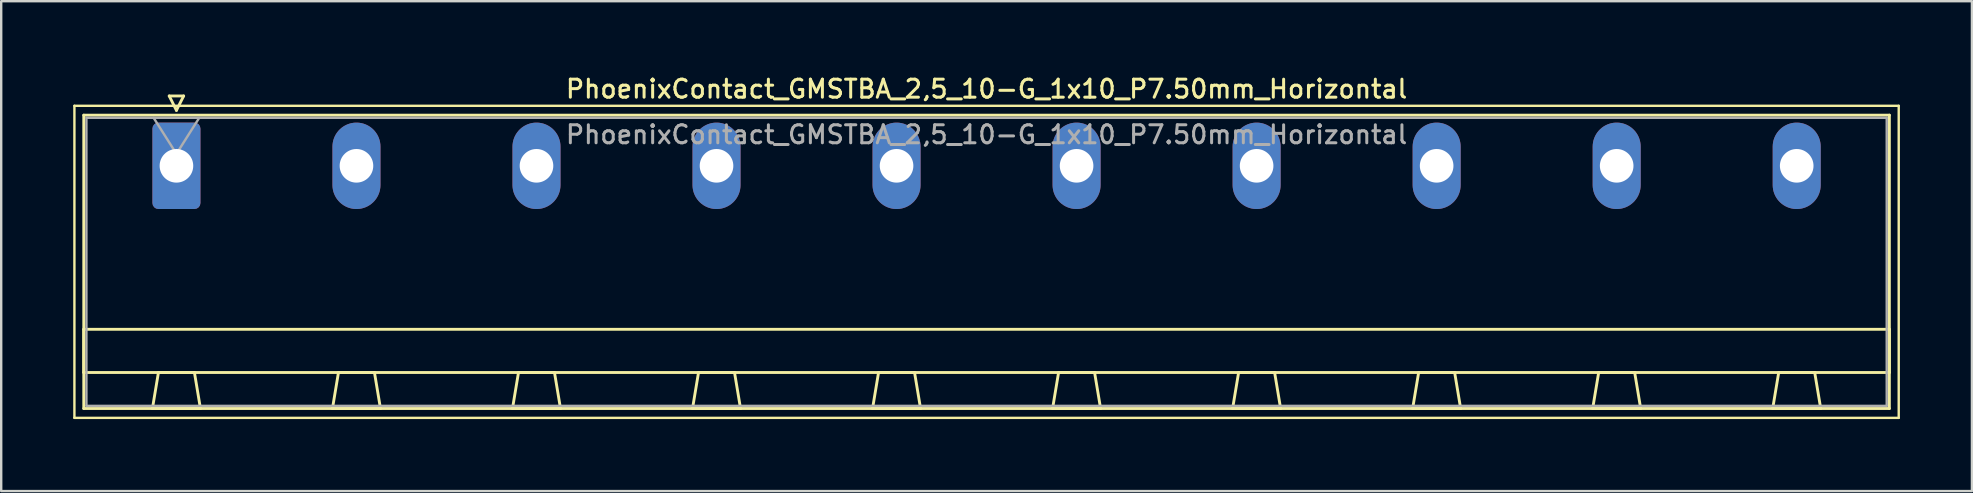
<source format=kicad_pcb>
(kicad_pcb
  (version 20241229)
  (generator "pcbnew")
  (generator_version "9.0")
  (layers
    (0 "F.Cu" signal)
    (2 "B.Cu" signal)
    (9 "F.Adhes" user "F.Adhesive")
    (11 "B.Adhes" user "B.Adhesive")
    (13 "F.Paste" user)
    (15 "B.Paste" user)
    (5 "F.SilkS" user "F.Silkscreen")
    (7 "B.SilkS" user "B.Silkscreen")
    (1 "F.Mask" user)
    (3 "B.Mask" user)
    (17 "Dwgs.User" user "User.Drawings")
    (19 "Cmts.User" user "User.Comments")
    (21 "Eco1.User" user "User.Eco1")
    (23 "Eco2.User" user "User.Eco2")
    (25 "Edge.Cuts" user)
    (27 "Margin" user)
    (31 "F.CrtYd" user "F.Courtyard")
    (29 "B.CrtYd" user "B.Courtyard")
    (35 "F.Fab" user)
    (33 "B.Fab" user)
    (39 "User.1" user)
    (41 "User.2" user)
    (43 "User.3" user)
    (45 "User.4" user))
  (footprint "PhoenixContact_GMSTBA_2,5_10-G_1x10_P7.50mm_Horizontal"
    (layer "F.Cu")
    (at 4.3 3.858)
    (property "Reference" "PhoenixContact_GMSTBA_2,5_10-G_1x10_P7.50mm_Horizontal" (at 33.75 -3.2 0) (layer "F.SilkS") (effects (font (size 0.75 0.75) (thickness 0.125))))
    (attr through_hole)
    (fp_line (start -4.25 -2.5) (end -4.25 10.5) (stroke (width 0.1) (type solid)) (layer "F.SilkS"))
    (fp_line (start -4.25 10.5) (end 71.75 10.5) (stroke (width 0.1) (type solid)) (layer "F.SilkS"))
    (fp_line (start -3.86 -2.11) (end -3.86 10.11) (stroke (width 0.12) (type solid)) (layer "F.SilkS"))
    (fp_line (start -3.86 6.81) (end 71.36 6.81) (stroke (width 0.12) (type solid)) (layer "F.SilkS"))
    (fp_line (start -3.86 8.61) (end -3.86 6.81) (stroke (width 0.12) (type solid)) (layer "F.SilkS"))
    (fp_line (start -3.86 10.11) (end 71.36 10.11) (stroke (width 0.12) (type solid)) (layer "F.SilkS"))
    (fp_line (start -1 10.11) (end 1 10.11) (stroke (width 0.12) (type solid)) (layer "F.SilkS"))
    (fp_line (start -0.75 8.61) (end -1 10.11) (stroke (width 0.12) (type solid)) (layer "F.SilkS"))
    (fp_line (start -0.3 -2.91) (end 0.3 -2.91) (stroke (width 0.12) (type solid)) (layer "F.SilkS"))
    (fp_line (start 0 -2.31) (end -0.3 -2.91) (stroke (width 0.12) (type solid)) (layer "F.SilkS"))
    (fp_line (start 0.3 -2.91) (end 0 -2.31) (stroke (width 0.12) (type solid)) (layer "F.SilkS"))
    (fp_line (start 0.75 8.61) (end -0.75 8.61) (stroke (width 0.12) (type solid)) (layer "F.SilkS"))
    (fp_line (start 1 10.11) (end 0.75 8.61) (stroke (width 0.12) (type solid)) (layer "F.SilkS"))
    (fp_line (start 6.5 10.11) (end 8.5 10.11) (stroke (width 0.12) (type solid)) (layer "F.SilkS"))
    (fp_line (start 6.75 8.61) (end 6.5 10.11) (stroke (width 0.12) (type solid)) (layer "F.SilkS"))
    (fp_line (start 8.25 8.61) (end 6.75 8.61) (stroke (width 0.12) (type solid)) (layer "F.SilkS"))
    (fp_line (start 8.5 10.11) (end 8.25 8.61) (stroke (width 0.12) (type solid)) (layer "F.SilkS"))
    (fp_line (start 14 10.11) (end 16 10.11) (stroke (width 0.12) (type solid)) (layer "F.SilkS"))
    (fp_line (start 14.25 8.61) (end 14 10.11) (stroke (width 0.12) (type solid)) (layer "F.SilkS"))
    (fp_line (start 15.75 8.61) (end 14.25 8.61) (stroke (width 0.12) (type solid)) (layer "F.SilkS"))
    (fp_line (start 16 10.11) (end 15.75 8.61) (stroke (width 0.12) (type solid)) (layer "F.SilkS"))
    (fp_line (start 21.5 10.11) (end 23.5 10.11) (stroke (width 0.12) (type solid)) (layer "F.SilkS"))
    (fp_line (start 21.75 8.61) (end 21.5 10.11) (stroke (width 0.12) (type solid)) (layer "F.SilkS"))
    (fp_line (start 23.25 8.61) (end 21.75 8.61) (stroke (width 0.12) (type solid)) (layer "F.SilkS"))
    (fp_line (start 23.5 10.11) (end 23.25 8.61) (stroke (width 0.12) (type solid)) (layer "F.SilkS"))
    (fp_line (start 29 10.11) (end 31 10.11) (stroke (width 0.12) (type solid)) (layer "F.SilkS"))
    (fp_line (start 29.25 8.61) (end 29 10.11) (stroke (width 0.12) (type solid)) (layer "F.SilkS"))
    (fp_line (start 30.75 8.61) (end 29.25 8.61) (stroke (width 0.12) (type solid)) (layer "F.SilkS"))
    (fp_line (start 31 10.11) (end 30.75 8.61) (stroke (width 0.12) (type solid)) (layer "F.SilkS"))
    (fp_line (start 36.5 10.11) (end 38.5 10.11) (stroke (width 0.12) (type solid)) (layer "F.SilkS"))
    (fp_line (start 36.75 8.61) (end 36.5 10.11) (stroke (width 0.12) (type solid)) (layer "F.SilkS"))
    (fp_line (start 38.25 8.61) (end 36.75 8.61) (stroke (width 0.12) (type solid)) (layer "F.SilkS"))
    (fp_line (start 38.5 10.11) (end 38.25 8.61) (stroke (width 0.12) (type solid)) (layer "F.SilkS"))
    (fp_line (start 44 10.11) (end 46 10.11) (stroke (width 0.12) (type solid)) (layer "F.SilkS"))
    (fp_line (start 44.25 8.61) (end 44 10.11) (stroke (width 0.12) (type solid)) (layer "F.SilkS"))
    (fp_line (start 45.75 8.61) (end 44.25 8.61) (stroke (width 0.12) (type solid)) (layer "F.SilkS"))
    (fp_line (start 46 10.11) (end 45.75 8.61) (stroke (width 0.12) (type solid)) (layer "F.SilkS"))
    (fp_line (start 51.5 10.11) (end 53.5 10.11) (stroke (width 0.12) (type solid)) (layer "F.SilkS"))
    (fp_line (start 51.75 8.61) (end 51.5 10.11) (stroke (width 0.12) (type solid)) (layer "F.SilkS"))
    (fp_line (start 53.25 8.61) (end 51.75 8.61) (stroke (width 0.12) (type solid)) (layer "F.SilkS"))
    (fp_line (start 53.5 10.11) (end 53.25 8.61) (stroke (width 0.12) (type solid)) (layer "F.SilkS"))
    (fp_line (start 59 10.11) (end 61 10.11) (stroke (width 0.12) (type solid)) (layer "F.SilkS"))
    (fp_line (start 59.25 8.61) (end 59 10.11) (stroke (width 0.12) (type solid)) (layer "F.SilkS"))
    (fp_line (start 60.75 8.61) (end 59.25 8.61) (stroke (width 0.12) (type solid)) (layer "F.SilkS"))
    (fp_line (start 61 10.11) (end 60.75 8.61) (stroke (width 0.12) (type solid)) (layer "F.SilkS"))
    (fp_line (start 66.5 10.11) (end 68.5 10.11) (stroke (width 0.12) (type solid)) (layer "F.SilkS"))
    (fp_line (start 66.75 8.61) (end 66.5 10.11) (stroke (width 0.12) (type solid)) (layer "F.SilkS"))
    (fp_line (start 68.25 8.61) (end 66.75 8.61) (stroke (width 0.12) (type solid)) (layer "F.SilkS"))
    (fp_line (start 68.5 10.11) (end 68.25 8.61) (stroke (width 0.12) (type solid)) (layer "F.SilkS"))
    (fp_line (start 71.36 -2.11) (end -3.86 -2.11) (stroke (width 0.12) (type solid)) (layer "F.SilkS"))
    (fp_line (start 71.36 6.81) (end 71.36 8.61) (stroke (width 0.12) (type solid)) (layer "F.SilkS"))
    (fp_line (start 71.36 8.61) (end -3.86 8.61) (stroke (width 0.12) (type solid)) (layer "F.SilkS"))
    (fp_line (start 71.36 10.11) (end 71.36 -2.11) (stroke (width 0.12) (type solid)) (layer "F.SilkS"))
    (fp_line (start 71.75 -2.5) (end -4.25 -2.5) (stroke (width 0.1) (type solid)) (layer "F.SilkS"))
    (fp_line (start 71.75 10.5) (end 71.75 -2.5) (stroke (width 0.1) (type solid)) (layer "F.SilkS"))
    (fp_line (start -3.75 -2) (end -3.75 10) (stroke (width 0.1) (type solid)) (layer "F.Fab"))
    (fp_line (start -3.75 10) (end 71.25 10) (stroke (width 0.1) (type solid)) (layer "F.Fab"))
    (fp_line (start 0 -0.5) (end -0.95 -2) (stroke (width 0.1) (type solid)) (layer "F.Fab"))
    (fp_line (start 0.95 -2) (end 0 -0.5) (stroke (width 0.1) (type solid)) (layer "F.Fab"))
    (fp_line (start 71.25 -2) (end -3.75 -2) (stroke (width 0.1) (type solid)) (layer "F.Fab"))
    (fp_line (start 71.25 10) (end 71.25 -2) (stroke (width 0.1) (type solid)) (layer "F.Fab"))
    (fp_text user "${REFERENCE}" (at 33.75 -1.3 0) (layer "F.Fab") (effects (font (size 0.75 0.75) (thickness 0.125))))
    (pad "1" thru_hole roundrect (at 0 0) (size 2 3.6) (drill 1.4) (layers "*.Cu" "*.Mask") (roundrect_rratio 0.125))
    (pad "2" thru_hole oval (at 7.5 0) (size 2 3.6) (drill 1.4) (layers "*.Cu" "*.Mask"))
    (pad "3" thru_hole oval (at 15 0) (size 2 3.6) (drill 1.4) (layers "*.Cu" "*.Mask"))
    (pad "4" thru_hole oval (at 22.5 0) (size 2 3.6) (drill 1.4) (layers "*.Cu" "*.Mask"))
    (pad "5" thru_hole oval (at 30 0) (size 2 3.6) (drill 1.4) (layers "*.Cu" "*.Mask"))
    (pad "6" thru_hole oval (at 37.5 0) (size 2 3.6) (drill 1.4) (layers "*.Cu" "*.Mask"))
    (pad "7" thru_hole oval (at 45 0) (size 2 3.6) (drill 1.4) (layers "*.Cu" "*.Mask"))
    (pad "8" thru_hole oval (at 52.5 0) (size 2 3.6) (drill 1.4) (layers "*.Cu" "*.Mask"))
    (pad "9" thru_hole oval (at 60 0) (size 2 3.6) (drill 1.4) (layers "*.Cu" "*.Mask"))
    (pad "10" thru_hole oval (at 67.5 0) (size 2 3.6) (drill 1.4) (layers "*.Cu" "*.Mask")))
  (gr_rect
    (start -3 -3)
    (end 79.1 17.408)
    (stroke (width 0.1) (type default))
    (fill no)
    (layer "Edge.Cuts")))
</source>
